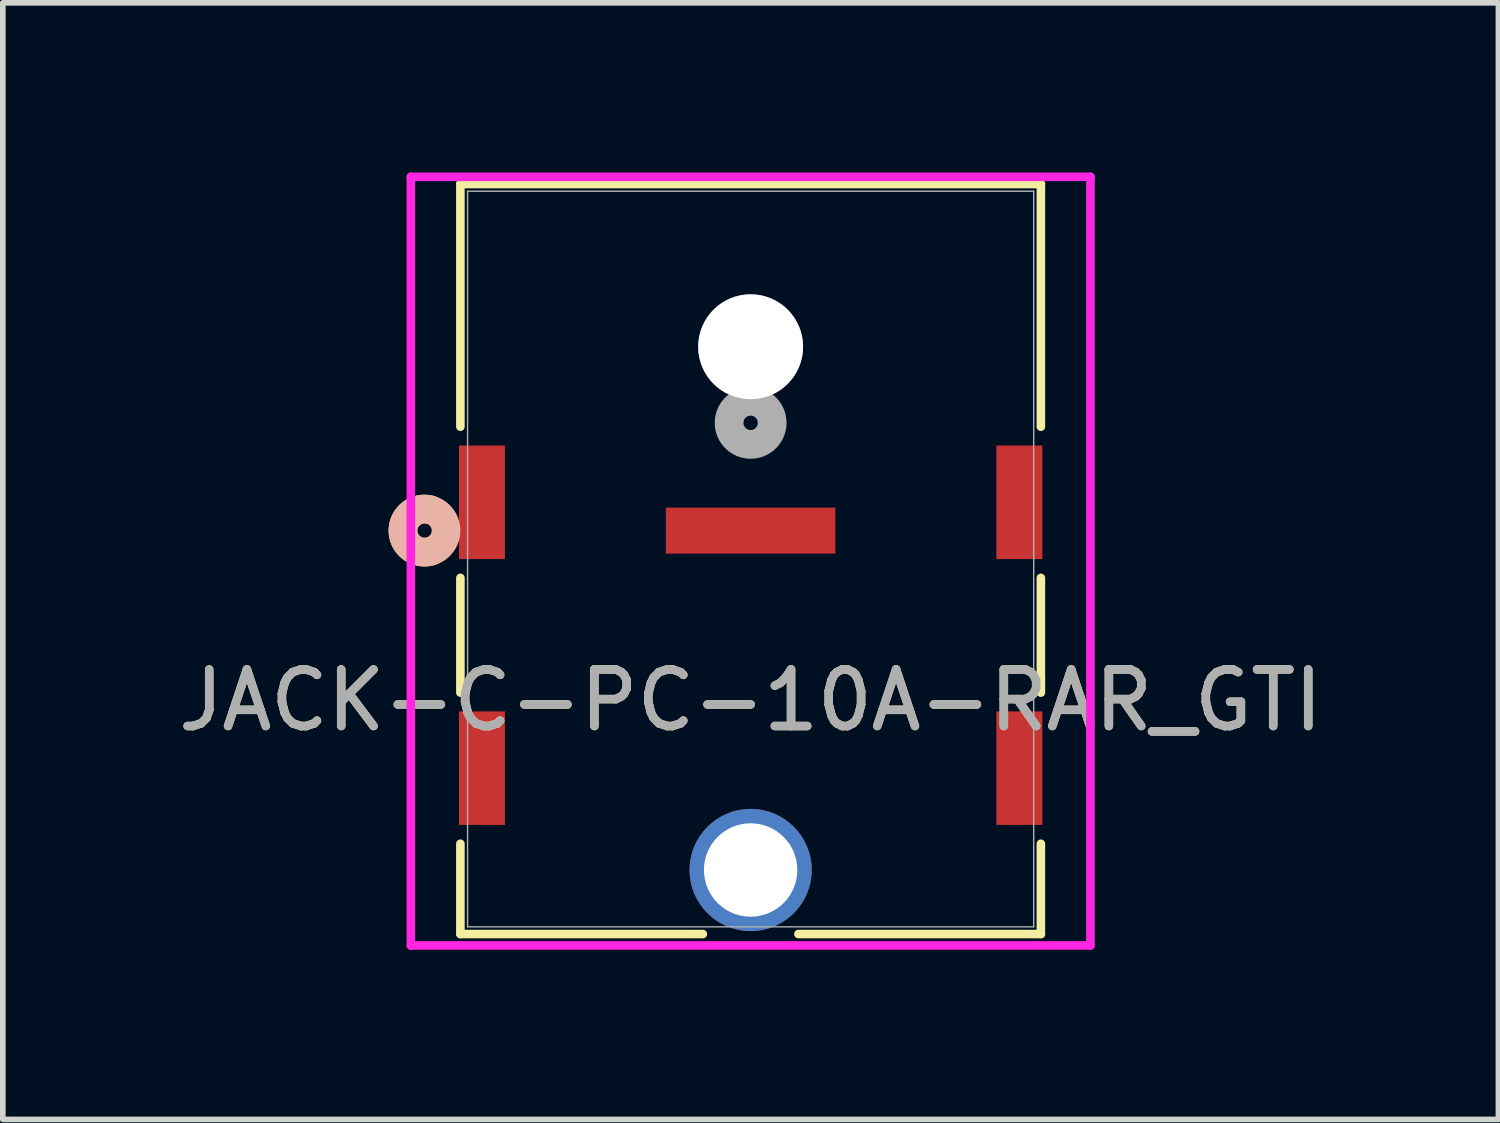
<source format=kicad_pcb>
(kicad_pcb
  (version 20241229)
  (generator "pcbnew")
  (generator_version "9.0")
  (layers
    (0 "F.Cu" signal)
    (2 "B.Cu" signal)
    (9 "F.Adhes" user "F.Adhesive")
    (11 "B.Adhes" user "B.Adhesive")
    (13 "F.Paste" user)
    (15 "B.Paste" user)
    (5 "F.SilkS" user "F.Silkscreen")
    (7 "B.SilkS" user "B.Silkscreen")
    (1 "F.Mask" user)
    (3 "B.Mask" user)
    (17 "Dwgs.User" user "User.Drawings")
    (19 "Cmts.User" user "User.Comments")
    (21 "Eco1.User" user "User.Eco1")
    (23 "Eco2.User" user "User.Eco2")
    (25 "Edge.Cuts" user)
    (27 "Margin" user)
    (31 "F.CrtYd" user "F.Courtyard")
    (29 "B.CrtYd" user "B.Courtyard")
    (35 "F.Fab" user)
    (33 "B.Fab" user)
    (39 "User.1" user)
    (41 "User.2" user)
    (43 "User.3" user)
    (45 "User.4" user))
  (footprint "JACK-C-PC-10A-RAR_GTI"
    (layer "F.Cu")
    (at 10.22 6.33)
    (property "Reference" "JACK-C-PC-10A-RAR_GTI" (at 0 3 0) (unlocked yes) (layer "F.SilkS") (effects (font (size 1 1) (thickness 0.15))))
    (attr smd)
    (fp_line (start -5.131 -6.127) (end -5.131 -1.836) (stroke (width 0.152) (type solid)) (layer "F.SilkS"))
    (fp_line (start -5.131 0.836) (end -5.131 2.864) (stroke (width 0.152) (type solid)) (layer "F.SilkS"))
    (fp_line (start -5.131 5.536) (end -5.131 7.132) (stroke (width 0.152) (type solid)) (layer "F.SilkS"))
    (fp_line (start -5.131 7.132) (end -0.845 7.132) (stroke (width 0.152) (type solid)) (layer "F.SilkS"))
    (fp_line (start 0.845 7.132) (end 5.131 7.132) (stroke (width 0.152) (type solid)) (layer "F.SilkS"))
    (fp_line (start 5.131 -6.127) (end -5.131 -6.127) (stroke (width 0.152) (type solid)) (layer "F.SilkS"))
    (fp_line (start 5.131 -1.836) (end 5.131 -6.127) (stroke (width 0.152) (type solid)) (layer "F.SilkS"))
    (fp_line (start 5.131 2.864) (end 5.131 0.836) (stroke (width 0.152) (type solid)) (layer "F.SilkS"))
    (fp_line (start 5.131 7.132) (end 5.131 5.536) (stroke (width 0.152) (type solid)) (layer "F.SilkS"))
    (fp_arc (start -5.666938 0.36795) (mid -6.1468 0) (end -5.666938 -0.36795) (stroke (width 0.508) (type solid)) (layer "F.SilkS"))
    (fp_circle (center -5.766 0) (end -5.385 0) (stroke (width 0.508) (type solid)) (fill no) (layer "B.SilkS"))
    (fp_line (start -6.007 -6.254) (end -6.007 7.334) (stroke (width 0.152) (type solid)) (layer "F.CrtYd"))
    (fp_line (start -6.007 7.334) (end 6.007 7.334) (stroke (width 0.152) (type solid)) (layer "F.CrtYd"))
    (fp_line (start 6.007 -6.254) (end -6.007 -6.254) (stroke (width 0.152) (type solid)) (layer "F.CrtYd"))
    (fp_line (start 6.007 7.334) (end 6.007 -6.254) (stroke (width 0.152) (type solid)) (layer "F.CrtYd"))
    (fp_line (start -5.004 -6) (end -5.004 7.005) (stroke (width 0.025) (type solid)) (layer "F.Fab"))
    (fp_line (start -5.004 7.005) (end 5.004 7.005) (stroke (width 0.025) (type solid)) (layer "F.Fab"))
    (fp_line (start 5.004 -6) (end -5.004 -6) (stroke (width 0.025) (type solid)) (layer "F.Fab"))
    (fp_line (start 5.004 7.005) (end 5.004 -6) (stroke (width 0.025) (type solid)) (layer "F.Fab"))
    (fp_circle (center 0 -1.905) (end 0.381 -1.905) (stroke (width 0.508) (type solid)) (fill no) (layer "F.Fab"))
    (fp_text user "${REFERENCE}" (at 0 3 0) (unlocked yes) (layer "F.Fab") (effects (font (size 1 1) (thickness 0.15))))
    (pad "1" smd rect (at 0 0) (size 2.997 0.813) (layers "F.Cu" "F.Mask" "F.Paste"))
    (pad "2" thru_hole circle (at 0 6) (size 2.159 2.159) (drill 1.651) (layers "*.Cu" "*.Mask"))
    (pad "3" smd rect (at -4.75 -0.5 90) (size 2.007 0.813) (layers "F.Cu" "F.Mask" "F.Paste"))
    (pad "4" smd rect (at 4.75 -0.5 90) (size 2.007 0.813) (layers "F.Cu" "F.Mask" "F.Paste"))
    (pad "5" smd rect (at -4.75 4.2 90) (size 2.007 0.813) (layers "F.Cu" "F.Mask" "F.Paste"))
    (pad "6" smd rect (at 4.75 4.2 90) (size 2.007 0.813) (layers "F.Cu" "F.Mask" "F.Paste"))
    (pad "7" thru_hole circle (at 0 -3.25) (size 1.854 1.854) (drill 1.854) (layers "*.Cu" "*.Mask")))
  (gr_rect
    (start -3 -3)
    (end 23.44 16.74)
    (stroke (width 0.1) (type default))
    (fill no)
    (layer "Edge.Cuts")))
</source>
